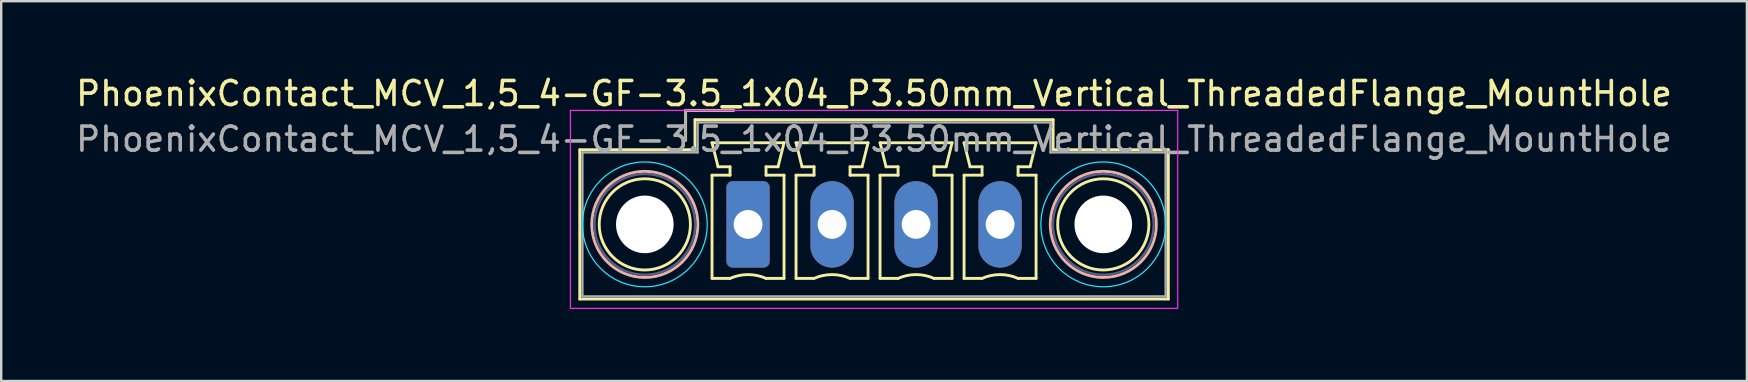
<source format=kicad_pcb>
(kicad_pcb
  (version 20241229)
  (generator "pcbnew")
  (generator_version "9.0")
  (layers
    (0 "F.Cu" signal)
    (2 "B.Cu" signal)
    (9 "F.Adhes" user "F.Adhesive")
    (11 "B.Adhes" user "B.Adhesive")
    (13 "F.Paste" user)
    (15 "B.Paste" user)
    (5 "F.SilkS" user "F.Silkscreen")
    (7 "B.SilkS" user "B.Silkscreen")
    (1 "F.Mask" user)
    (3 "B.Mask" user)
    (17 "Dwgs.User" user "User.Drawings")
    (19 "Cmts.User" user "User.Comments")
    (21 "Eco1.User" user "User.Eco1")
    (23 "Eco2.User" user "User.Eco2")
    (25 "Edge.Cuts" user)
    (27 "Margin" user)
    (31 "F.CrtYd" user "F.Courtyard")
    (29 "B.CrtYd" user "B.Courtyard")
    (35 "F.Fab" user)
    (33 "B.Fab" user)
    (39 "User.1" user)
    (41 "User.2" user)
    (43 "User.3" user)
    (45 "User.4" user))
  (footprint "PhoenixContact_MCV_1,5_4-GF-3.5_1x04_P3.50mm_Vertical_ThreadedFlange_MountHole"
    (layer "F.Cu")
    (at 28.113 6.298)
    (property "Reference" "PhoenixContact_MCV_1,5_4-GF-3.5_1x04_P3.50mm_Vertical_ThreadedFlange_MountHole" (at 5.25 -5.45 0) (layer "F.SilkS") (effects (font (size 1 1) (thickness 0.15))))
    (attr through_hole)
    (fp_line (start -7.01 -3.11) (end -7.01 3.11) (stroke (width 0.12) (type solid)) (layer "F.SilkS"))
    (fp_line (start -7.01 3.11) (end 17.51 3.11) (stroke (width 0.12) (type solid)) (layer "F.SilkS"))
    (fp_line (start -2.6 -4.75) (end -0.6 -4.75) (stroke (width 0.12) (type solid)) (layer "F.SilkS"))
    (fp_line (start -2.6 -3.5) (end -2.6 -4.75) (stroke (width 0.12) (type solid)) (layer "F.SilkS"))
    (fp_line (start -2.21 -4.36) (end -2.21 -3.11) (stroke (width 0.12) (type solid)) (layer "F.SilkS"))
    (fp_line (start -2.21 -3.11) (end -7.01 -3.11) (stroke (width 0.12) (type solid)) (layer "F.SilkS"))
    (fp_line (start -1.5 -3.4) (end 1.5 -3.4) (stroke (width 0.12) (type solid)) (layer "F.SilkS"))
    (fp_line (start -1.5 -2.05) (end -0.75 -2.05) (stroke (width 0.12) (type solid)) (layer "F.SilkS"))
    (fp_line (start -1.5 2.25) (end -1.5 -2.05) (stroke (width 0.12) (type solid)) (layer "F.SilkS"))
    (fp_line (start -1.25 -2.4) (end -1.5 -3.4) (stroke (width 0.12) (type solid)) (layer "F.SilkS"))
    (fp_line (start -0.75 -2.4) (end -1.25 -2.4) (stroke (width 0.12) (type solid)) (layer "F.SilkS"))
    (fp_line (start -0.75 -2.05) (end -0.75 -2.4) (stroke (width 0.12) (type solid)) (layer "F.SilkS"))
    (fp_line (start -0.75 2.25) (end -1.5 2.25) (stroke (width 0.12) (type solid)) (layer "F.SilkS"))
    (fp_line (start 0.75 -2.4) (end 0.75 -2.05) (stroke (width 0.12) (type solid)) (layer "F.SilkS"))
    (fp_line (start 0.75 -2.05) (end 1.5 -2.05) (stroke (width 0.12) (type solid)) (layer "F.SilkS"))
    (fp_line (start 1.25 -2.4) (end 0.75 -2.4) (stroke (width 0.12) (type solid)) (layer "F.SilkS"))
    (fp_line (start 1.5 -3.4) (end 1.25 -2.4) (stroke (width 0.12) (type solid)) (layer "F.SilkS"))
    (fp_line (start 1.5 -2.05) (end 1.5 2.25) (stroke (width 0.12) (type solid)) (layer "F.SilkS"))
    (fp_line (start 1.5 2.25) (end 0.75 2.25) (stroke (width 0.12) (type solid)) (layer "F.SilkS"))
    (fp_line (start 2 -3.4) (end 5 -3.4) (stroke (width 0.12) (type solid)) (layer "F.SilkS"))
    (fp_line (start 2 -2.05) (end 2.75 -2.05) (stroke (width 0.12) (type solid)) (layer "F.SilkS"))
    (fp_line (start 2 2.25) (end 2 -2.05) (stroke (width 0.12) (type solid)) (layer "F.SilkS"))
    (fp_line (start 2.25 -2.4) (end 2 -3.4) (stroke (width 0.12) (type solid)) (layer "F.SilkS"))
    (fp_line (start 2.75 -2.4) (end 2.25 -2.4) (stroke (width 0.12) (type solid)) (layer "F.SilkS"))
    (fp_line (start 2.75 -2.05) (end 2.75 -2.4) (stroke (width 0.12) (type solid)) (layer "F.SilkS"))
    (fp_line (start 2.75 2.25) (end 2 2.25) (stroke (width 0.12) (type solid)) (layer "F.SilkS"))
    (fp_line (start 4.25 -2.4) (end 4.25 -2.05) (stroke (width 0.12) (type solid)) (layer "F.SilkS"))
    (fp_line (start 4.25 -2.05) (end 5 -2.05) (stroke (width 0.12) (type solid)) (layer "F.SilkS"))
    (fp_line (start 4.75 -2.4) (end 4.25 -2.4) (stroke (width 0.12) (type solid)) (layer "F.SilkS"))
    (fp_line (start 5 -3.4) (end 4.75 -2.4) (stroke (width 0.12) (type solid)) (layer "F.SilkS"))
    (fp_line (start 5 -2.05) (end 5 2.25) (stroke (width 0.12) (type solid)) (layer "F.SilkS"))
    (fp_line (start 5 2.25) (end 4.25 2.25) (stroke (width 0.12) (type solid)) (layer "F.SilkS"))
    (fp_line (start 5.5 -3.4) (end 8.5 -3.4) (stroke (width 0.12) (type solid)) (layer "F.SilkS"))
    (fp_line (start 5.5 -2.05) (end 6.25 -2.05) (stroke (width 0.12) (type solid)) (layer "F.SilkS"))
    (fp_line (start 5.5 2.25) (end 5.5 -2.05) (stroke (width 0.12) (type solid)) (layer "F.SilkS"))
    (fp_line (start 5.75 -2.4) (end 5.5 -3.4) (stroke (width 0.12) (type solid)) (layer "F.SilkS"))
    (fp_line (start 6.25 -2.4) (end 5.75 -2.4) (stroke (width 0.12) (type solid)) (layer "F.SilkS"))
    (fp_line (start 6.25 -2.05) (end 6.25 -2.4) (stroke (width 0.12) (type solid)) (layer "F.SilkS"))
    (fp_line (start 6.25 2.25) (end 5.5 2.25) (stroke (width 0.12) (type solid)) (layer "F.SilkS"))
    (fp_line (start 7.75 -2.4) (end 7.75 -2.05) (stroke (width 0.12) (type solid)) (layer "F.SilkS"))
    (fp_line (start 7.75 -2.05) (end 8.5 -2.05) (stroke (width 0.12) (type solid)) (layer "F.SilkS"))
    (fp_line (start 8.25 -2.4) (end 7.75 -2.4) (stroke (width 0.12) (type solid)) (layer "F.SilkS"))
    (fp_line (start 8.5 -3.4) (end 8.25 -2.4) (stroke (width 0.12) (type solid)) (layer "F.SilkS"))
    (fp_line (start 8.5 -2.05) (end 8.5 2.25) (stroke (width 0.12) (type solid)) (layer "F.SilkS"))
    (fp_line (start 8.5 2.25) (end 7.75 2.25) (stroke (width 0.12) (type solid)) (layer "F.SilkS"))
    (fp_line (start 9 -3.4) (end 12 -3.4) (stroke (width 0.12) (type solid)) (layer "F.SilkS"))
    (fp_line (start 9 -2.05) (end 9.75 -2.05) (stroke (width 0.12) (type solid)) (layer "F.SilkS"))
    (fp_line (start 9 2.25) (end 9 -2.05) (stroke (width 0.12) (type solid)) (layer "F.SilkS"))
    (fp_line (start 9.25 -2.4) (end 9 -3.4) (stroke (width 0.12) (type solid)) (layer "F.SilkS"))
    (fp_line (start 9.75 -2.4) (end 9.25 -2.4) (stroke (width 0.12) (type solid)) (layer "F.SilkS"))
    (fp_line (start 9.75 -2.05) (end 9.75 -2.4) (stroke (width 0.12) (type solid)) (layer "F.SilkS"))
    (fp_line (start 9.75 2.25) (end 9 2.25) (stroke (width 0.12) (type solid)) (layer "F.SilkS"))
    (fp_line (start 11.25 -2.4) (end 11.25 -2.05) (stroke (width 0.12) (type solid)) (layer "F.SilkS"))
    (fp_line (start 11.25 -2.05) (end 12 -2.05) (stroke (width 0.12) (type solid)) (layer "F.SilkS"))
    (fp_line (start 11.75 -2.4) (end 11.25 -2.4) (stroke (width 0.12) (type solid)) (layer "F.SilkS"))
    (fp_line (start 12 -3.4) (end 11.75 -2.4) (stroke (width 0.12) (type solid)) (layer "F.SilkS"))
    (fp_line (start 12 -2.05) (end 12 2.25) (stroke (width 0.12) (type solid)) (layer "F.SilkS"))
    (fp_line (start 12 2.25) (end 11.25 2.25) (stroke (width 0.12) (type solid)) (layer "F.SilkS"))
    (fp_line (start 12.71 -4.36) (end -2.21 -4.36) (stroke (width 0.12) (type solid)) (layer "F.SilkS"))
    (fp_line (start 12.71 -3.11) (end 12.71 -4.36) (stroke (width 0.12) (type solid)) (layer "F.SilkS"))
    (fp_line (start 17.51 -3.11) (end 12.71 -3.11) (stroke (width 0.12) (type solid)) (layer "F.SilkS"))
    (fp_line (start 17.51 3.11) (end 17.51 -3.11) (stroke (width 0.12) (type solid)) (layer "F.SilkS"))
    (fp_arc (start -0.75 2.25) (mid -0.000193 2.09191) (end 0.749647 2.249844) (stroke (width 0.12) (type solid)) (layer "F.SilkS"))
    (fp_arc (start 2.75 2.25) (mid 3.499807 2.09191) (end 4.249647 2.249844) (stroke (width 0.12) (type solid)) (layer "F.SilkS"))
    (fp_arc (start 6.25 2.25) (mid 6.999807 2.09191) (end 7.749647 2.249844) (stroke (width 0.12) (type solid)) (layer "F.SilkS"))
    (fp_arc (start 9.75 2.25) (mid 10.499807 2.09191) (end 11.249647 2.249844) (stroke (width 0.12) (type solid)) (layer "F.SilkS"))
    (fp_circle (center -4.3 0) (end -2.4 0) (stroke (width 0.12) (type solid)) (fill no) (layer "F.SilkS"))
    (fp_circle (center 14.8 0) (end 16.7 0) (stroke (width 0.12) (type solid)) (fill no) (layer "F.SilkS"))
    (fp_circle (center -4.3 0) (end -2.09 0) (stroke (width 0.12) (type solid)) (fill no) (layer "B.SilkS"))
    (fp_circle (center 14.8 0) (end 17.01 0) (stroke (width 0.12) (type solid)) (fill no) (layer "B.SilkS"))
    (fp_circle (center -4.3 0) (end -1.7 0) (stroke (width 0.05) (type solid)) (fill no) (layer "B.CrtYd"))
    (fp_circle (center 14.8 0) (end 17.4 0) (stroke (width 0.05) (type solid)) (fill no) (layer "B.CrtYd"))
    (fp_line (start -7.4 -4.75) (end -7.4 3.5) (stroke (width 0.05) (type solid)) (layer "F.CrtYd"))
    (fp_line (start -7.4 3.5) (end 17.9 3.5) (stroke (width 0.05) (type solid)) (layer "F.CrtYd"))
    (fp_line (start 17.9 -4.75) (end -7.4 -4.75) (stroke (width 0.05) (type solid)) (layer "F.CrtYd"))
    (fp_line (start 17.9 3.5) (end 17.9 -4.75) (stroke (width 0.05) (type solid)) (layer "F.CrtYd"))
    (fp_circle (center -4.3 0) (end -2.2 0) (stroke (width 0.1) (type solid)) (fill no) (layer "B.Fab"))
    (fp_circle (center 14.8 0) (end 16.9 0) (stroke (width 0.1) (type solid)) (fill no) (layer "B.Fab"))
    (fp_line (start -6.9 -3) (end -6.9 3) (stroke (width 0.1) (type solid)) (layer "F.Fab"))
    (fp_line (start -6.9 3) (end 17.4 3) (stroke (width 0.1) (type solid)) (layer "F.Fab"))
    (fp_line (start -2.6 -4.75) (end -0.6 -4.75) (stroke (width 0.1) (type solid)) (layer "F.Fab"))
    (fp_line (start -2.6 -3.5) (end -2.6 -4.75) (stroke (width 0.1) (type solid)) (layer "F.Fab"))
    (fp_line (start -2.1 -4.25) (end -2.1 -3) (stroke (width 0.1) (type solid)) (layer "F.Fab"))
    (fp_line (start -2.1 -3) (end -6.9 -3) (stroke (width 0.1) (type solid)) (layer "F.Fab"))
    (fp_line (start 12.6 -4.25) (end -2.1 -4.25) (stroke (width 0.1) (type solid)) (layer "F.Fab"))
    (fp_line (start 12.6 -3) (end 12.6 -4.25) (stroke (width 0.1) (type solid)) (layer "F.Fab"))
    (fp_line (start 17.4 -3) (end 12.6 -3) (stroke (width 0.1) (type solid)) (layer "F.Fab"))
    (fp_line (start 17.4 3) (end 17.4 -3) (stroke (width 0.1) (type solid)) (layer "F.Fab"))
    (fp_text user "${REFERENCE}" (at 5.25 -3.55 0) (layer "F.Fab") (effects (font (size 1 1) (thickness 0.15))))
    (pad "" np_thru_hole circle (at -4.3 0) (size 2.4 2.4) (drill 2.4) (layers "*.Cu" "*.Mask"))
    (pad "" np_thru_hole circle (at 14.8 0) (size 2.4 2.4) (drill 2.4) (layers "*.Cu" "*.Mask"))
    (pad "1" thru_hole roundrect (at 0 0) (size 1.8 3.6) (drill 1.2) (layers "*.Cu" "*.Mask") (roundrect_rratio 0.139))
    (pad "2" thru_hole oval (at 3.5 0) (size 1.8 3.6) (drill 1.2) (layers "*.Cu" "*.Mask"))
    (pad "3" thru_hole oval (at 7 0) (size 1.8 3.6) (drill 1.2) (layers "*.Cu" "*.Mask"))
    (pad "4" thru_hole oval (at 10.5 0) (size 1.8 3.6) (drill 1.2) (layers "*.Cu" "*.Mask")))
  (gr_rect
    (start -3 -3)
    (end 69.726 12.823)
    (stroke (width 0.1) (type default))
    (fill no)
    (layer "Edge.Cuts")))
</source>
